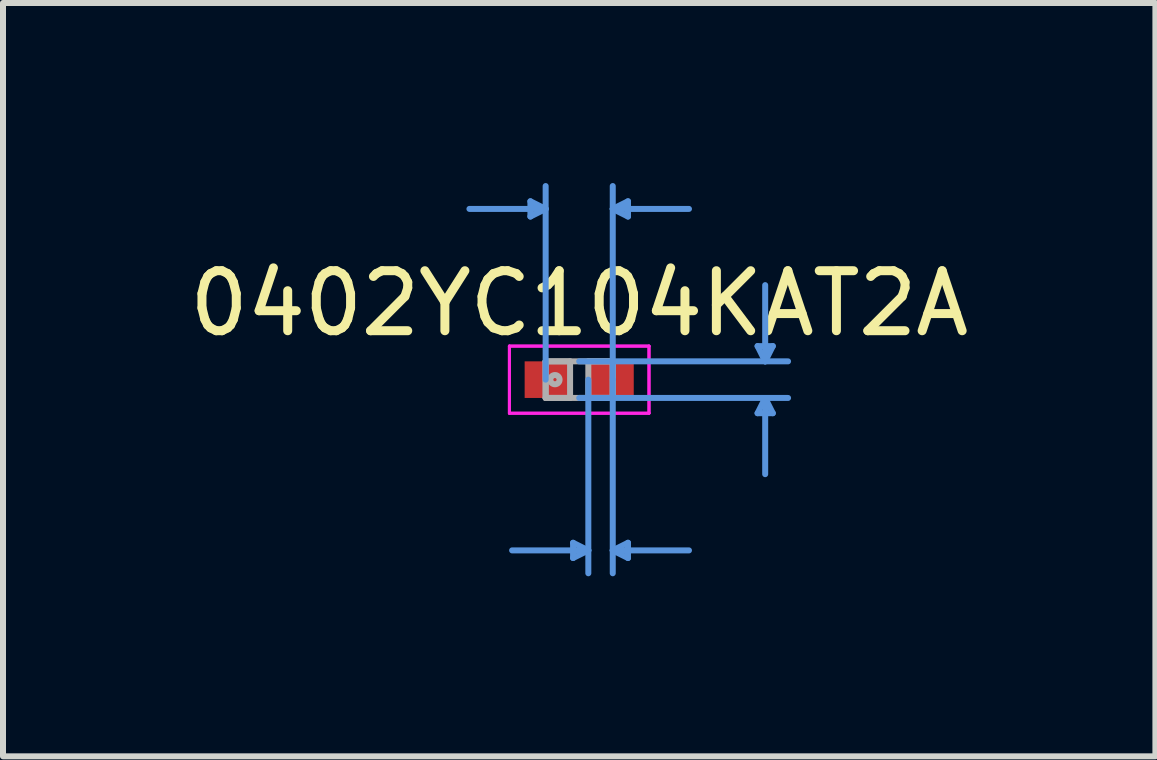
<source format=kicad_pcb>
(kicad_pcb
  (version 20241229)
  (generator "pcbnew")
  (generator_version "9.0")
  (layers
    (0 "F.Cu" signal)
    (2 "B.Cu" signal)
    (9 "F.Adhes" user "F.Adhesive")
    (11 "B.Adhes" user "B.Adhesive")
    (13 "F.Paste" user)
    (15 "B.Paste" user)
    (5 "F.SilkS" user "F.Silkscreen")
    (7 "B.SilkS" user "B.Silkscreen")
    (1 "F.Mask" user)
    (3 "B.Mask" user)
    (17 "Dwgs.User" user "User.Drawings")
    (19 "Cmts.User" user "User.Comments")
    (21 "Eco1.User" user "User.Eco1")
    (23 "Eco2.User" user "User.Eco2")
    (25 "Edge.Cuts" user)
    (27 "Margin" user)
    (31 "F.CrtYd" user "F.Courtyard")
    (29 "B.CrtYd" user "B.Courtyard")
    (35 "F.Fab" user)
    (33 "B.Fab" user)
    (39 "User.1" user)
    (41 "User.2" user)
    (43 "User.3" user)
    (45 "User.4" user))
  (footprint "0402YC104KAT2A"
    (layer "F.Cu")
    (at 6.601 3.276)
    (property "Reference" "0402YC104KAT2A" (at 0 -1.27 0) (layer "F.SilkS") (effects (font (size 1 1) (thickness 0.15))))
    (attr through_hole)
    (fp_line (start -0.813 -2.972) (end -0.813 -2.718) (stroke (width 0.1) (type solid)) (layer "Cmts.User"))
    (fp_line (start -0.559 -2.845) (end -1.829 -2.845) (stroke (width 0.1) (type solid)) (layer "Cmts.User"))
    (fp_line (start -0.559 -2.845) (end -0.813 -2.972) (stroke (width 0.1) (type solid)) (layer "Cmts.User"))
    (fp_line (start -0.559 -2.845) (end -0.813 -2.718) (stroke (width 0.1) (type solid)) (layer "Cmts.User"))
    (fp_line (start -0.559 0) (end -0.559 -3.226) (stroke (width 0.1) (type solid)) (layer "Cmts.User"))
    (fp_line (start -0.102 2.718) (end -0.102 2.972) (stroke (width 0.1) (type solid)) (layer "Cmts.User"))
    (fp_line (start 0 -0.305) (end 3.48 -0.305) (stroke (width 0.1) (type solid)) (layer "Cmts.User"))
    (fp_line (start 0 0.305) (end 3.48 0.305) (stroke (width 0.1) (type solid)) (layer "Cmts.User"))
    (fp_line (start 0.152 0) (end 0.152 3.226) (stroke (width 0.1) (type solid)) (layer "Cmts.User"))
    (fp_line (start 0.152 2.845) (end -1.118 2.845) (stroke (width 0.1) (type solid)) (layer "Cmts.User"))
    (fp_line (start 0.152 2.845) (end -0.102 2.718) (stroke (width 0.1) (type solid)) (layer "Cmts.User"))
    (fp_line (start 0.152 2.845) (end -0.102 2.972) (stroke (width 0.1) (type solid)) (layer "Cmts.User"))
    (fp_line (start 0.559 -2.845) (end 0.813 -2.972) (stroke (width 0.1) (type solid)) (layer "Cmts.User"))
    (fp_line (start 0.559 -2.845) (end 0.813 -2.718) (stroke (width 0.1) (type solid)) (layer "Cmts.User"))
    (fp_line (start 0.559 -2.845) (end 1.829 -2.845) (stroke (width 0.1) (type solid)) (layer "Cmts.User"))
    (fp_line (start 0.559 0) (end 0.559 -3.226) (stroke (width 0.1) (type solid)) (layer "Cmts.User"))
    (fp_line (start 0.559 0) (end 0.559 3.226) (stroke (width 0.1) (type solid)) (layer "Cmts.User"))
    (fp_line (start 0.559 2.845) (end 0.813 2.718) (stroke (width 0.1) (type solid)) (layer "Cmts.User"))
    (fp_line (start 0.559 2.845) (end 0.813 2.972) (stroke (width 0.1) (type solid)) (layer "Cmts.User"))
    (fp_line (start 0.559 2.845) (end 1.829 2.845) (stroke (width 0.1) (type solid)) (layer "Cmts.User"))
    (fp_line (start 0.813 -2.972) (end 0.813 -2.718) (stroke (width 0.1) (type solid)) (layer "Cmts.User"))
    (fp_line (start 0.813 2.718) (end 0.813 2.972) (stroke (width 0.1) (type solid)) (layer "Cmts.User"))
    (fp_line (start 2.972 -0.559) (end 3.226 -0.559) (stroke (width 0.1) (type solid)) (layer "Cmts.User"))
    (fp_line (start 2.972 0.559) (end 3.226 0.559) (stroke (width 0.1) (type solid)) (layer "Cmts.User"))
    (fp_line (start 3.099 -0.305) (end 2.972 -0.559) (stroke (width 0.1) (type solid)) (layer "Cmts.User"))
    (fp_line (start 3.099 -0.305) (end 3.099 -1.575) (stroke (width 0.1) (type solid)) (layer "Cmts.User"))
    (fp_line (start 3.099 -0.305) (end 3.226 -0.559) (stroke (width 0.1) (type solid)) (layer "Cmts.User"))
    (fp_line (start 3.099 0.305) (end 2.972 0.559) (stroke (width 0.1) (type solid)) (layer "Cmts.User"))
    (fp_line (start 3.099 0.305) (end 3.099 1.575) (stroke (width 0.1) (type solid)) (layer "Cmts.User"))
    (fp_line (start 3.099 0.305) (end 3.226 0.559) (stroke (width 0.1) (type solid)) (layer "Cmts.User"))
    (fp_line (start -1.163 -0.559) (end 1.163 -0.559) (stroke (width 0.05) (type solid)) (layer "F.CrtYd"))
    (fp_line (start -1.163 -0.559) (end 1.163 -0.559) (stroke (width 0.05) (type solid)) (layer "F.CrtYd"))
    (fp_line (start -1.163 0.559) (end -1.163 -0.559) (stroke (width 0.05) (type solid)) (layer "F.CrtYd"))
    (fp_line (start -1.163 0.559) (end -1.163 -0.559) (stroke (width 0.05) (type solid)) (layer "F.CrtYd"))
    (fp_line (start 1.163 -0.559) (end 1.163 0.559) (stroke (width 0.05) (type solid)) (layer "F.CrtYd"))
    (fp_line (start 1.163 -0.559) (end 1.163 0.559) (stroke (width 0.05) (type solid)) (layer "F.CrtYd"))
    (fp_line (start 1.163 0.559) (end -1.163 0.559) (stroke (width 0.05) (type solid)) (layer "F.CrtYd"))
    (fp_line (start 1.163 0.559) (end -1.163 0.559) (stroke (width 0.05) (type solid)) (layer "F.CrtYd"))
    (fp_line (start -0.559 -0.305) (end -0.559 0.305) (stroke (width 0.1) (type solid)) (layer "F.Fab"))
    (fp_line (start -0.559 -0.305) (end -0.559 0.305) (stroke (width 0.1) (type solid)) (layer "F.Fab"))
    (fp_line (start -0.559 0.305) (end -0.152 0.305) (stroke (width 0.1) (type solid)) (layer "F.Fab"))
    (fp_line (start -0.559 0.305) (end 0.559 0.305) (stroke (width 0.1) (type solid)) (layer "F.Fab"))
    (fp_line (start -0.152 -0.305) (end -0.559 -0.305) (stroke (width 0.1) (type solid)) (layer "F.Fab"))
    (fp_line (start -0.152 0.305) (end -0.152 -0.305) (stroke (width 0.1) (type solid)) (layer "F.Fab"))
    (fp_line (start 0.152 -0.305) (end 0.152 0.305) (stroke (width 0.1) (type solid)) (layer "F.Fab"))
    (fp_line (start 0.152 0.305) (end 0.559 0.305) (stroke (width 0.1) (type solid)) (layer "F.Fab"))
    (fp_line (start 0.559 -0.305) (end -0.559 -0.305) (stroke (width 0.1) (type solid)) (layer "F.Fab"))
    (fp_line (start 0.559 -0.305) (end 0.152 -0.305) (stroke (width 0.1) (type solid)) (layer "F.Fab"))
    (fp_line (start 0.559 0.305) (end 0.559 -0.305) (stroke (width 0.1) (type solid)) (layer "F.Fab"))
    (fp_line (start 0.559 0.305) (end 0.559 -0.305) (stroke (width 0.1) (type solid)) (layer "F.Fab"))
    (fp_circle (center -0.404 0) (end -0.327 0) (stroke (width 0.1) (type solid)) (fill no) (layer "F.Fab"))
    (pad "1" smd rect (at -0.531 0) (size 0.756 0.61) (layers "F.Cu" "F.Mask" "F.Paste"))
    (pad "2" smd rect (at 0.531 0) (size 0.756 0.61) (layers "F.Cu" "F.Mask" "F.Paste")))
  (gr_rect
    (start -3 -3)
    (end 16.202 9.552)
    (stroke (width 0.1) (type default))
    (fill no)
    (layer "Edge.Cuts")))
</source>
